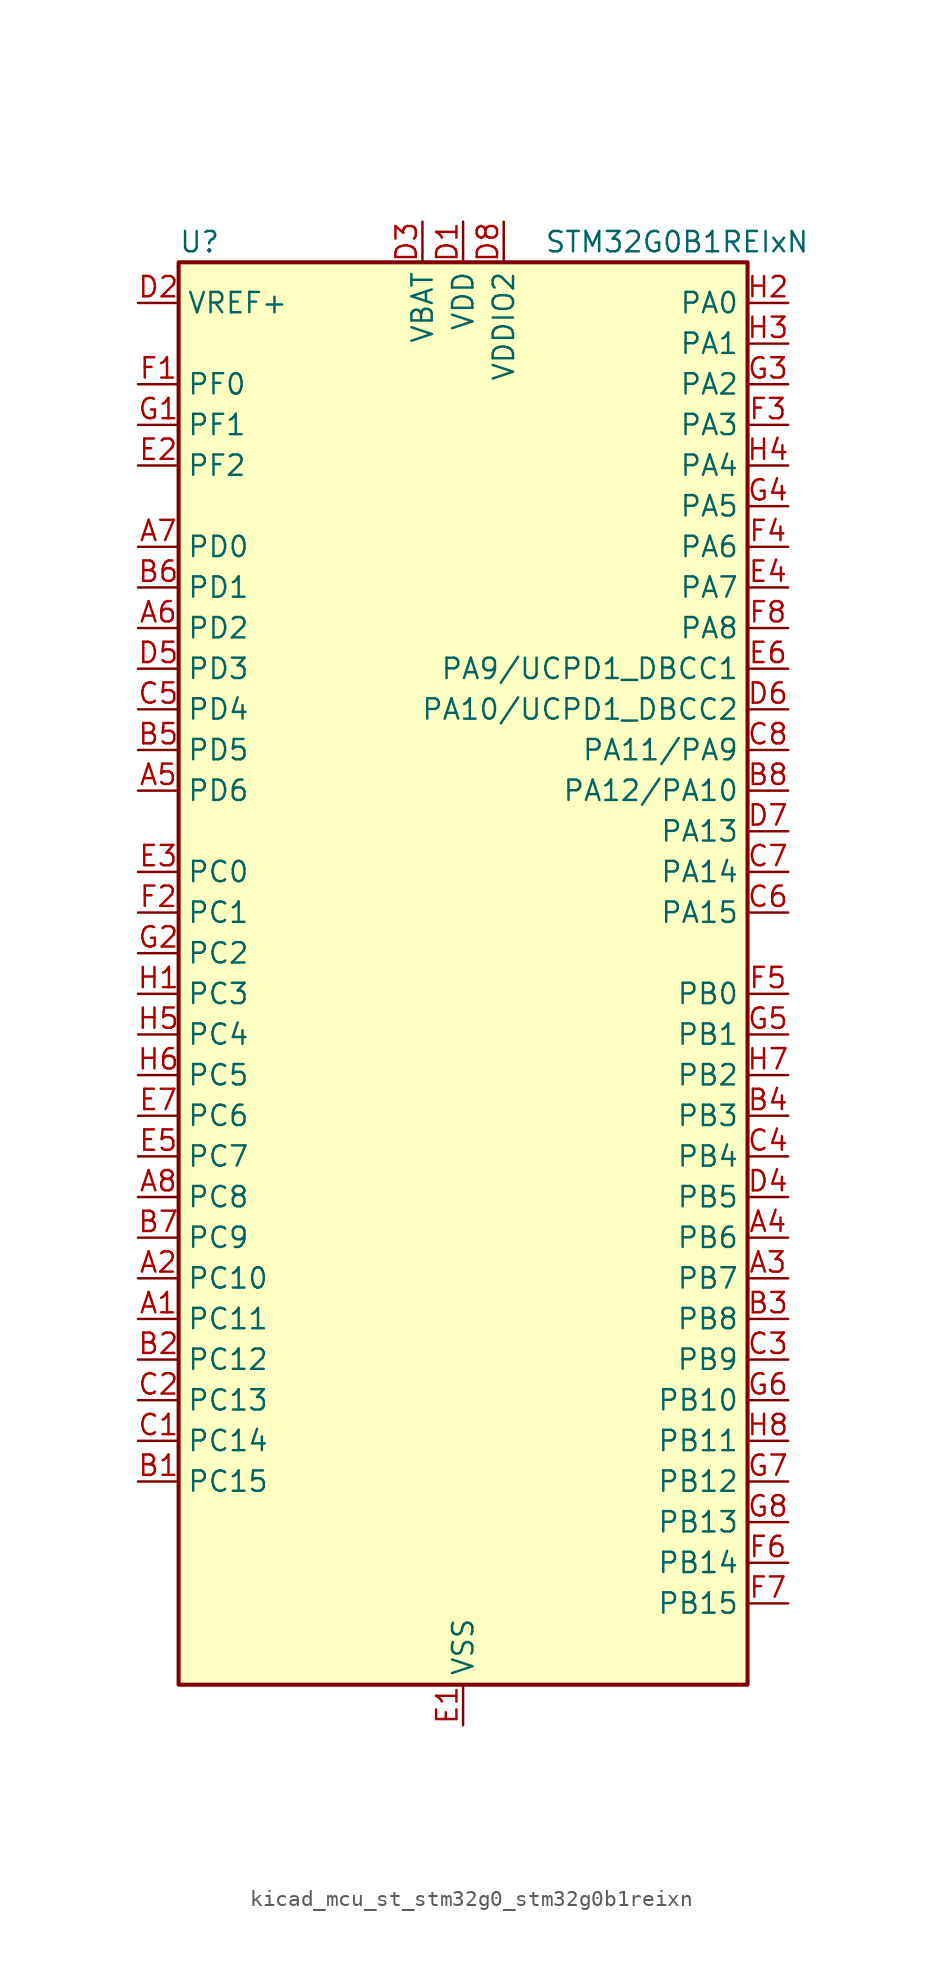
<source format=kicad_sym>
(kicad_symbol_lib
  (version 20220914)
  (generator kicad_symbol_editor)
  (symbol "kicad_mcu_st_stm32g0_stm32g0b1reixn"
    (property "Reference" "U"
      (at -17.78 46.99 0)
      (effects (font (size 1.27 1.27)) (justify left)))
    (property "Value" "STM32G0B1REIxN"
      (at 5.08 46.99 0)
      (effects (font (size 1.27 1.27)) (justify left)))
    (property "ki_locked" ""
      (at 0 0 0)
      (effects (font (size 1.27 1.27))))
    (symbol "kicad_mcu_st_stm32g0_stm32g0b1reixn_0_1"
      (rectangle (start -17.78 -43.18) (end 17.78 45.72) (stroke (width 0.254) (type default)) (fill (type background))))
    (symbol "kicad_mcu_st_stm32g0_stm32g0b1reixn_1_1"
      (pin bidirectional line (at -20.32 -20.32 0) (length 2.54) (name "PC11" (effects (font (size 1.27 1.27)))) (number "A1" (effects (font (size 1.27 1.27)))) (alternate "ADC1_EXTI11" bidirectional line) (alternate "SPI3_MISO" bidirectional line) (alternate "TIM1_CH4" bidirectional line) (alternate "USART3_RX" bidirectional line) (alternate "USART4_RX" bidirectional line))
      (pin bidirectional line (at -20.32 -17.78 0) (length 2.54) (name "PC10" (effects (font (size 1.27 1.27)))) (number "A2" (effects (font (size 1.27 1.27)))) (alternate "SPI3_SCK" bidirectional line) (alternate "TIM1_CH3" bidirectional line) (alternate "USART3_TX" bidirectional line) (alternate "USART4_TX" bidirectional line))
      (pin bidirectional line (at 20.32 -17.78 180) (length 2.54) (name "PB7" (effects (font (size 1.27 1.27)))) (number "A3" (effects (font (size 1.27 1.27)))) (alternate "COMP2_INM" bidirectional line) (alternate "I2C1_SDA" bidirectional line) (alternate "I2S2_SD" bidirectional line) (alternate "LPTIM1_IN2" bidirectional line) (alternate "LPUART2_RX" bidirectional line) (alternate "SPI2_MOSI" bidirectional line) (alternate "SYS_PVD_IN" bidirectional line) (alternate "TIM17_CH1N" bidirectional line) (alternate "TIM4_CH2" bidirectional line) (alternate "USART1_RX" bidirectional line) (alternate "USART4_CTS" bidirectional line) (alternate "USART4_NSS" bidirectional line))
      (pin bidirectional line (at 20.32 -15.24 180) (length 2.54) (name "PB6" (effects (font (size 1.27 1.27)))) (number "A4" (effects (font (size 1.27 1.27)))) (alternate "COMP2_INP" bidirectional line) (alternate "FDCAN2_TX" bidirectional line) (alternate "I2C1_SCL" bidirectional line) (alternate "I2S2_MCK" bidirectional line) (alternate "LPTIM1_ETR" bidirectional line) (alternate "LPUART2_TX" bidirectional line) (alternate "SPI2_MISO" bidirectional line) (alternate "TIM16_CH1N" bidirectional line) (alternate "TIM1_CH3" bidirectional line) (alternate "TIM4_CH1" bidirectional line) (alternate "USART1_TX" bidirectional line) (alternate "USART5_CTS" bidirectional line) (alternate "USART5_NSS" bidirectional line))
      (pin bidirectional line (at -20.32 12.7 0) (length 2.54) (name "PD6" (effects (font (size 1.27 1.27)))) (number "A5" (effects (font (size 1.27 1.27)))) (alternate "I2S1_SD" bidirectional line) (alternate "LPTIM2_OUT" bidirectional line) (alternate "SPI1_MOSI" bidirectional line) (alternate "USART2_RX" bidirectional line))
      (pin bidirectional line (at -20.32 22.86 0) (length 2.54) (name "PD2" (effects (font (size 1.27 1.27)))) (number "A6" (effects (font (size 1.27 1.27)))) (alternate "TIM1_CH1N" bidirectional line) (alternate "TIM3_ETR" bidirectional line) (alternate "UCPD2_CC2" bidirectional line) (alternate "USART3_CK" bidirectional line) (alternate "USART3_DE" bidirectional line) (alternate "USART3_RTS" bidirectional line) (alternate "USART5_RX" bidirectional line))
      (pin bidirectional line (at -20.32 27.94 0) (length 2.54) (name "PD0" (effects (font (size 1.27 1.27)))) (number "A7" (effects (font (size 1.27 1.27)))) (alternate "FDCAN1_RX" bidirectional line) (alternate "I2S2_WS" bidirectional line) (alternate "SPI2_NSS" bidirectional line) (alternate "TIM16_CH1" bidirectional line) (alternate "UCPD2_CC1" bidirectional line))
      (pin bidirectional line (at -20.32 -12.7 0) (length 2.54) (name "PC8" (effects (font (size 1.27 1.27)))) (number "A8" (effects (font (size 1.27 1.27)))) (alternate "LPUART2_CTS" bidirectional line) (alternate "TIM1_CH1" bidirectional line) (alternate "TIM3_CH3" bidirectional line) (alternate "UCPD2_FRSTX1" bidirectional line) (alternate "UCPD2_FRSTX2" bidirectional line))
      (pin bidirectional line (at -20.32 -30.48 0) (length 2.54) (name "PC15" (effects (font (size 1.27 1.27)))) (number "B1" (effects (font (size 1.27 1.27)))) (alternate "RCC_OSC32_EN" bidirectional line) (alternate "RCC_OSC32_OUT" bidirectional line) (alternate "RCC_OSC_EN" bidirectional line) (alternate "TIM15_BK" bidirectional line))
      (pin bidirectional line (at -20.32 -22.86 0) (length 2.54) (name "PC12" (effects (font (size 1.27 1.27)))) (number "B2" (effects (font (size 1.27 1.27)))) (alternate "LPTIM1_IN1" bidirectional line) (alternate "SPI3_MOSI" bidirectional line) (alternate "TIM14_CH1" bidirectional line) (alternate "UCPD1_FRSTX1" bidirectional line) (alternate "UCPD1_FRSTX2" bidirectional line) (alternate "USART5_TX" bidirectional line))
      (pin bidirectional line (at 20.32 -20.32 180) (length 2.54) (name "PB8" (effects (font (size 1.27 1.27)))) (number "B3" (effects (font (size 1.27 1.27)))) (alternate "CEC" bidirectional line) (alternate "FDCAN1_RX" bidirectional line) (alternate "I2C1_SCL" bidirectional line) (alternate "I2S2_CK" bidirectional line) (alternate "SPI2_SCK" bidirectional line) (alternate "TIM15_BK" bidirectional line) (alternate "TIM16_CH1" bidirectional line) (alternate "TIM4_CH3" bidirectional line) (alternate "USART3_TX" bidirectional line) (alternate "USART6_TX" bidirectional line))
      (pin bidirectional line (at 20.32 -7.62 180) (length 2.54) (name "PB3" (effects (font (size 1.27 1.27)))) (number "B4" (effects (font (size 1.27 1.27)))) (alternate "COMP2_INM" bidirectional line) (alternate "I2C2_SCL" bidirectional line) (alternate "I2C3_SCL" bidirectional line) (alternate "I2S1_CK" bidirectional line) (alternate "SPI1_SCK" bidirectional line) (alternate "SPI3_SCK" bidirectional line) (alternate "TIM1_CH2" bidirectional line) (alternate "TIM2_CH2" bidirectional line) (alternate "USART1_CK" bidirectional line) (alternate "USART1_DE" bidirectional line) (alternate "USART1_RTS" bidirectional line) (alternate "USART5_TX" bidirectional line))
      (pin bidirectional line (at -20.32 15.24 0) (length 2.54) (name "PD5" (effects (font (size 1.27 1.27)))) (number "B5" (effects (font (size 1.27 1.27)))) (alternate "I2S1_MCK" bidirectional line) (alternate "SPI1_MISO" bidirectional line) (alternate "TIM1_BK" bidirectional line) (alternate "USART2_TX" bidirectional line) (alternate "USART5_CTS" bidirectional line) (alternate "USART5_NSS" bidirectional line))
      (pin bidirectional line (at -20.32 25.4 0) (length 2.54) (name "PD1" (effects (font (size 1.27 1.27)))) (number "B6" (effects (font (size 1.27 1.27)))) (alternate "FDCAN1_TX" bidirectional line) (alternate "I2S2_CK" bidirectional line) (alternate "SPI2_SCK" bidirectional line) (alternate "TIM17_CH1" bidirectional line) (alternate "UCPD2_DBCC1" bidirectional line))
      (pin bidirectional line (at -20.32 -15.24 0) (length 2.54) (name "PC9" (effects (font (size 1.27 1.27)))) (number "B7" (effects (font (size 1.27 1.27)))) (alternate "DAC1_EXTI9" bidirectional line) (alternate "I2S_CKIN" bidirectional line) (alternate "LPUART2_DE" bidirectional line) (alternate "LPUART2_RTS" bidirectional line) (alternate "TIM1_CH2" bidirectional line) (alternate "TIM3_CH4" bidirectional line) (alternate "USB_NOE" bidirectional line))
      (pin bidirectional line (at 20.32 12.7 180) (length 2.54) (name "PA12/PA10" (effects (font (size 1.27 1.27)))) (number "B8" (effects (font (size 1.27 1.27)))) (alternate "COMP2_OUT" bidirectional line) (alternate "FDCAN1_TX" bidirectional line) (alternate "I2C2_SDA" bidirectional line) (alternate "I2S1_SD" bidirectional line) (alternate "I2S_CKIN" bidirectional line) (alternate "SPI1_MOSI" bidirectional line) (alternate "TIM1_ETR" bidirectional line) (alternate "USART1_CK" bidirectional line) (alternate "USART1_DE" bidirectional line) (alternate "USART1_RTS" bidirectional line) (alternate "USB_DP" bidirectional line))
      (pin bidirectional line (at -20.32 -27.94 0) (length 2.54) (name "PC14" (effects (font (size 1.27 1.27)))) (number "C1" (effects (font (size 1.27 1.27)))) (alternate "RCC_OSC32_IN" bidirectional line) (alternate "TIM1_BK2" bidirectional line))
      (pin bidirectional line (at -20.32 -25.4 0) (length 2.54) (name "PC13" (effects (font (size 1.27 1.27)))) (number "C2" (effects (font (size 1.27 1.27)))) (alternate "RTC_OUT1" bidirectional line) (alternate "RTC_TAMP_IN1" bidirectional line) (alternate "RTC_TS" bidirectional line) (alternate "SYS_WKUP2" bidirectional line) (alternate "TIM1_BK" bidirectional line))
      (pin bidirectional line (at 20.32 -22.86 180) (length 2.54) (name "PB9" (effects (font (size 1.27 1.27)))) (number "C3" (effects (font (size 1.27 1.27)))) (alternate "DAC1_EXTI9" bidirectional line) (alternate "FDCAN1_TX" bidirectional line) (alternate "I2C1_SDA" bidirectional line) (alternate "I2S2_WS" bidirectional line) (alternate "IR_OUT" bidirectional line) (alternate "SPI2_NSS" bidirectional line) (alternate "TIM17_CH1" bidirectional line) (alternate "TIM4_CH4" bidirectional line) (alternate "UCPD2_FRSTX1" bidirectional line) (alternate "UCPD2_FRSTX2" bidirectional line) (alternate "USART3_RX" bidirectional line) (alternate "USART6_RX" bidirectional line))
      (pin bidirectional line (at 20.32 -10.16 180) (length 2.54) (name "PB4" (effects (font (size 1.27 1.27)))) (number "C4" (effects (font (size 1.27 1.27)))) (alternate "COMP2_INP" bidirectional line) (alternate "I2C2_SDA" bidirectional line) (alternate "I2C3_SDA" bidirectional line) (alternate "I2S1_MCK" bidirectional line) (alternate "SPI1_MISO" bidirectional line) (alternate "SPI3_MISO" bidirectional line) (alternate "TIM17_BK" bidirectional line) (alternate "TIM3_CH1" bidirectional line) (alternate "USART1_CTS" bidirectional line) (alternate "USART1_NSS" bidirectional line) (alternate "USART5_RX" bidirectional line))
      (pin bidirectional line (at -20.32 17.78 0) (length 2.54) (name "PD4" (effects (font (size 1.27 1.27)))) (number "C5" (effects (font (size 1.27 1.27)))) (alternate "I2S2_SD" bidirectional line) (alternate "SPI2_MOSI" bidirectional line) (alternate "TIM1_CH3N" bidirectional line) (alternate "USART2_CK" bidirectional line) (alternate "USART2_DE" bidirectional line) (alternate "USART2_RTS" bidirectional line) (alternate "USART5_CK" bidirectional line) (alternate "USART5_DE" bidirectional line) (alternate "USART5_RTS" bidirectional line))
      (pin bidirectional line (at 20.32 5.08 180) (length 2.54) (name "PA15" (effects (font (size 1.27 1.27)))) (number "C6" (effects (font (size 1.27 1.27)))) (alternate "I2C2_SMBA" bidirectional line) (alternate "I2S1_WS" bidirectional line) (alternate "RCC_MCO_2" bidirectional line) (alternate "SPI1_NSS" bidirectional line) (alternate "SPI3_NSS" bidirectional line) (alternate "TIM2_CH1" bidirectional line) (alternate "TIM2_ETR" bidirectional line) (alternate "USART2_RX" bidirectional line) (alternate "USART3_CK" bidirectional line) (alternate "USART3_DE" bidirectional line) (alternate "USART3_RTS" bidirectional line) (alternate "USART4_CK" bidirectional line) (alternate "USART4_DE" bidirectional line) (alternate "USART4_RTS" bidirectional line) (alternate "USB_NOE" bidirectional line))
      (pin bidirectional line (at 20.32 7.62 180) (length 2.54) (name "PA14" (effects (font (size 1.27 1.27)))) (number "C7" (effects (font (size 1.27 1.27)))) (alternate "LPUART2_TX" bidirectional line) (alternate "SYS_SWCLK" bidirectional line) (alternate "USART2_TX" bidirectional line))
      (pin bidirectional line (at 20.32 15.24 180) (length 2.54) (name "PA11/PA9" (effects (font (size 1.27 1.27)))) (number "C8" (effects (font (size 1.27 1.27)))) (alternate "ADC1_EXTI11" bidirectional line) (alternate "COMP1_OUT" bidirectional line) (alternate "FDCAN1_RX" bidirectional line) (alternate "I2C2_SCL" bidirectional line) (alternate "I2S1_MCK" bidirectional line) (alternate "SPI1_MISO" bidirectional line) (alternate "TIM1_BK2" bidirectional line) (alternate "TIM1_CH4" bidirectional line) (alternate "USART1_CTS" bidirectional line) (alternate "USART1_NSS" bidirectional line) (alternate "USB_DM" bidirectional line))
      (pin power_in line (at 0 48.26 270) (length 2.54) (name "VDD" (effects (font (size 1.27 1.27)))) (number "D1" (effects (font (size 1.27 1.27)))))
      (pin input line (at -20.32 43.18 0) (length 2.54) (name "VREF+" (effects (font (size 1.27 1.27)))) (number "D2" (effects (font (size 1.27 1.27)))) (alternate "VREFBUF_OUT" bidirectional line))
      (pin power_in line (at -2.54 48.26 270) (length 2.54) (name "VBAT" (effects (font (size 1.27 1.27)))) (number "D3" (effects (font (size 1.27 1.27)))))
      (pin bidirectional line (at 20.32 -12.7 180) (length 2.54) (name "PB5" (effects (font (size 1.27 1.27)))) (number "D4" (effects (font (size 1.27 1.27)))) (alternate "COMP2_OUT" bidirectional line) (alternate "FDCAN2_RX" bidirectional line) (alternate "I2C1_SMBA" bidirectional line) (alternate "I2S1_SD" bidirectional line) (alternate "LPTIM1_IN1" bidirectional line) (alternate "SPI1_MOSI" bidirectional line) (alternate "SPI3_MOSI" bidirectional line) (alternate "SYS_WKUP6" bidirectional line) (alternate "TIM16_BK" bidirectional line) (alternate "TIM3_CH2" bidirectional line) (alternate "USART5_CK" bidirectional line) (alternate "USART5_DE" bidirectional line) (alternate "USART5_RTS" bidirectional line))
      (pin bidirectional line (at -20.32 20.32 0) (length 2.54) (name "PD3" (effects (font (size 1.27 1.27)))) (number "D5" (effects (font (size 1.27 1.27)))) (alternate "I2S2_MCK" bidirectional line) (alternate "SPI2_MISO" bidirectional line) (alternate "TIM1_CH2N" bidirectional line) (alternate "UCPD2_DBCC2" bidirectional line) (alternate "USART2_CTS" bidirectional line) (alternate "USART2_NSS" bidirectional line) (alternate "USART5_TX" bidirectional line))
      (pin bidirectional line (at 20.32 17.78 180) (length 2.54) (name "PA10/UCPD1_DBCC2" (effects (font (size 1.27 1.27)))) (number "D6" (effects (font (size 1.27 1.27)))) (alternate "I2C1_SDA" bidirectional line) (alternate "I2C2_SDA" bidirectional line) (alternate "I2S2_SD" bidirectional line) (alternate "RCC_MCO_2" bidirectional line) (alternate "SPI2_MOSI" bidirectional line) (alternate "TIM17_BK" bidirectional line) (alternate "TIM1_CH3" bidirectional line) (alternate "UCPD1_DBCC2" bidirectional line) (alternate "USART1_RX" bidirectional line))
      (pin bidirectional line (at 20.32 10.16 180) (length 2.54) (name "PA13" (effects (font (size 1.27 1.27)))) (number "D7" (effects (font (size 1.27 1.27)))) (alternate "IR_OUT" bidirectional line) (alternate "LPUART2_RX" bidirectional line) (alternate "SYS_SWDIO" bidirectional line) (alternate "USB_NOE" bidirectional line))
      (pin power_in line (at 2.54 48.26 270) (length 2.54) (name "VDDIO2" (effects (font (size 1.27 1.27)))) (number "D8" (effects (font (size 1.27 1.27)))))
      (pin power_in line (at 0 -45.72 90) (length 2.54) (name "VSS" (effects (font (size 1.27 1.27)))) (number "E1" (effects (font (size 1.27 1.27)))))
      (pin bidirectional line (at -20.32 33.02 0) (length 2.54) (name "PF2" (effects (font (size 1.27 1.27)))) (number "E2" (effects (font (size 1.27 1.27)))) (alternate "LPUART2_DE" bidirectional line) (alternate "LPUART2_RTS" bidirectional line) (alternate "LPUART2_TX" bidirectional line) (alternate "RCC_MCO" bidirectional line))
      (pin bidirectional line (at -20.32 7.62 0) (length 2.54) (name "PC0" (effects (font (size 1.27 1.27)))) (number "E3" (effects (font (size 1.27 1.27)))) (alternate "COMP3_INM" bidirectional line) (alternate "COMP3_OUT" bidirectional line) (alternate "I2C3_SCL" bidirectional line) (alternate "LPTIM1_IN1" bidirectional line) (alternate "LPTIM2_IN1" bidirectional line) (alternate "LPUART1_RX" bidirectional line) (alternate "LPUART2_TX" bidirectional line) (alternate "USART6_TX" bidirectional line))
      (pin bidirectional line (at 20.32 25.4 180) (length 2.54) (name "PA7" (effects (font (size 1.27 1.27)))) (number "E4" (effects (font (size 1.27 1.27)))) (alternate "ADC1_IN7" bidirectional line) (alternate "COMP2_OUT" bidirectional line) (alternate "I2C2_SCL" bidirectional line) (alternate "I2C3_SCL" bidirectional line) (alternate "I2S1_SD" bidirectional line) (alternate "SPI1_MOSI" bidirectional line) (alternate "TIM14_CH1" bidirectional line) (alternate "TIM17_CH1" bidirectional line) (alternate "TIM1_CH1N" bidirectional line) (alternate "TIM3_CH2" bidirectional line) (alternate "UCPD1_FRSTX1" bidirectional line) (alternate "UCPD1_FRSTX2" bidirectional line) (alternate "USART6_CK" bidirectional line) (alternate "USART6_DE" bidirectional line) (alternate "USART6_RTS" bidirectional line))
      (pin bidirectional line (at -20.32 -10.16 0) (length 2.54) (name "PC7" (effects (font (size 1.27 1.27)))) (number "E5" (effects (font (size 1.27 1.27)))) (alternate "LPUART2_RX" bidirectional line) (alternate "TIM2_CH4" bidirectional line) (alternate "TIM3_CH2" bidirectional line) (alternate "UCPD2_FRSTX1" bidirectional line) (alternate "UCPD2_FRSTX2" bidirectional line))
      (pin bidirectional line (at 20.32 20.32 180) (length 2.54) (name "PA9/UCPD1_DBCC1" (effects (font (size 1.27 1.27)))) (number "E6" (effects (font (size 1.27 1.27)))) (alternate "DAC1_EXTI9" bidirectional line) (alternate "I2C1_SCL" bidirectional line) (alternate "I2C2_SCL" bidirectional line) (alternate "I2S2_MCK" bidirectional line) (alternate "RCC_MCO" bidirectional line) (alternate "SPI2_MISO" bidirectional line) (alternate "TIM15_BK" bidirectional line) (alternate "TIM1_CH2" bidirectional line) (alternate "UCPD1_DBCC1" bidirectional line) (alternate "USART1_TX" bidirectional line))
      (pin bidirectional line (at -20.32 -7.62 0) (length 2.54) (name "PC6" (effects (font (size 1.27 1.27)))) (number "E7" (effects (font (size 1.27 1.27)))) (alternate "LPUART2_TX" bidirectional line) (alternate "TIM2_CH3" bidirectional line) (alternate "TIM3_CH1" bidirectional line) (alternate "UCPD1_FRSTX1" bidirectional line) (alternate "UCPD1_FRSTX2" bidirectional line))
      (pin passive line (at 0 -45.72 90) (length 2.54) hide (name "VSS" (effects (font (size 1.27 1.27)))) (number "E8" (effects (font (size 1.27 1.27)))))
      (pin bidirectional line (at -20.32 38.1 0) (length 2.54) (name "PF0" (effects (font (size 1.27 1.27)))) (number "F1" (effects (font (size 1.27 1.27)))) (alternate "CRS1_SYNC" bidirectional line) (alternate "RCC_OSC_IN" bidirectional line) (alternate "TIM14_CH1" bidirectional line))
      (pin bidirectional line (at -20.32 5.08 0) (length 2.54) (name "PC1" (effects (font (size 1.27 1.27)))) (number "F2" (effects (font (size 1.27 1.27)))) (alternate "COMP3_INP" bidirectional line) (alternate "I2C3_SDA" bidirectional line) (alternate "LPTIM1_OUT" bidirectional line) (alternate "LPUART1_TX" bidirectional line) (alternate "LPUART2_RX" bidirectional line) (alternate "TIM15_CH1" bidirectional line) (alternate "USART6_RX" bidirectional line))
      (pin bidirectional line (at 20.32 35.56 180) (length 2.54) (name "PA3" (effects (font (size 1.27 1.27)))) (number "F3" (effects (font (size 1.27 1.27)))) (alternate "ADC1_IN3" bidirectional line) (alternate "COMP2_INP" bidirectional line) (alternate "I2S2_MCK" bidirectional line) (alternate "LPUART1_RX" bidirectional line) (alternate "SPI2_MISO" bidirectional line) (alternate "TIM15_CH2" bidirectional line) (alternate "TIM2_CH4" bidirectional line) (alternate "UCPD2_FRSTX1" bidirectional line) (alternate "UCPD2_FRSTX2" bidirectional line) (alternate "USART2_RX" bidirectional line))
      (pin bidirectional line (at 20.32 27.94 180) (length 2.54) (name "PA6" (effects (font (size 1.27 1.27)))) (number "F4" (effects (font (size 1.27 1.27)))) (alternate "ADC1_IN6" bidirectional line) (alternate "COMP1_OUT" bidirectional line) (alternate "I2C2_SDA" bidirectional line) (alternate "I2C3_SDA" bidirectional line) (alternate "I2S1_MCK" bidirectional line) (alternate "LPUART1_CTS" bidirectional line) (alternate "SPI1_MISO" bidirectional line) (alternate "TIM16_CH1" bidirectional line) (alternate "TIM1_BK" bidirectional line) (alternate "TIM3_CH1" bidirectional line) (alternate "USART3_CTS" bidirectional line) (alternate "USART3_NSS" bidirectional line) (alternate "USART6_CTS" bidirectional line) (alternate "USART6_NSS" bidirectional line))
      (pin bidirectional line (at 20.32 0 180) (length 2.54) (name "PB0" (effects (font (size 1.27 1.27)))) (number "F5" (effects (font (size 1.27 1.27)))) (alternate "ADC1_IN8" bidirectional line) (alternate "COMP1_OUT" bidirectional line) (alternate "COMP3_INP" bidirectional line) (alternate "FDCAN2_RX" bidirectional line) (alternate "I2S1_WS" bidirectional line) (alternate "LPTIM1_OUT" bidirectional line) (alternate "LPUART2_CTS" bidirectional line) (alternate "SPI1_NSS" bidirectional line) (alternate "TIM1_CH2N" bidirectional line) (alternate "TIM3_CH3" bidirectional line) (alternate "UCPD1_FRSTX1" bidirectional line) (alternate "UCPD1_FRSTX2" bidirectional line) (alternate "USART3_RX" bidirectional line) (alternate "USART5_TX" bidirectional line))
      (pin bidirectional line (at 20.32 -35.56 180) (length 2.54) (name "PB14" (effects (font (size 1.27 1.27)))) (number "F6" (effects (font (size 1.27 1.27)))) (alternate "I2C2_SDA" bidirectional line) (alternate "I2S2_MCK" bidirectional line) (alternate "SPI2_MISO" bidirectional line) (alternate "TIM15_CH1" bidirectional line) (alternate "TIM1_CH2N" bidirectional line) (alternate "UCPD1_FRSTX1" bidirectional line) (alternate "UCPD1_FRSTX2" bidirectional line) (alternate "USART3_CK" bidirectional line) (alternate "USART3_DE" bidirectional line) (alternate "USART3_RTS" bidirectional line) (alternate "USART6_CK" bidirectional line) (alternate "USART6_DE" bidirectional line) (alternate "USART6_RTS" bidirectional line))
      (pin bidirectional line (at 20.32 -38.1 180) (length 2.54) (name "PB15" (effects (font (size 1.27 1.27)))) (number "F7" (effects (font (size 1.27 1.27)))) (alternate "I2S2_SD" bidirectional line) (alternate "RTC_REFIN" bidirectional line) (alternate "SPI2_MOSI" bidirectional line) (alternate "TIM15_CH1N" bidirectional line) (alternate "TIM15_CH2" bidirectional line) (alternate "TIM1_CH3N" bidirectional line) (alternate "UCPD1_CC2" bidirectional line) (alternate "USART6_CTS" bidirectional line) (alternate "USART6_NSS" bidirectional line))
      (pin bidirectional line (at 20.32 22.86 180) (length 2.54) (name "PA8" (effects (font (size 1.27 1.27)))) (number "F8" (effects (font (size 1.27 1.27)))) (alternate "CRS1_SYNC" bidirectional line) (alternate "I2C2_SMBA" bidirectional line) (alternate "I2S2_WS" bidirectional line) (alternate "LPTIM2_OUT" bidirectional line) (alternate "RCC_MCO" bidirectional line) (alternate "SPI2_NSS" bidirectional line) (alternate "TIM1_CH1" bidirectional line) (alternate "UCPD1_CC1" bidirectional line))
      (pin bidirectional line (at -20.32 35.56 0) (length 2.54) (name "PF1" (effects (font (size 1.27 1.27)))) (number "G1" (effects (font (size 1.27 1.27)))) (alternate "RCC_OSC_EN" bidirectional line) (alternate "RCC_OSC_OUT" bidirectional line) (alternate "TIM15_CH1N" bidirectional line))
      (pin bidirectional line (at -20.32 2.54 0) (length 2.54) (name "PC2" (effects (font (size 1.27 1.27)))) (number "G2" (effects (font (size 1.27 1.27)))) (alternate "COMP3_OUT" bidirectional line) (alternate "FDCAN2_RX" bidirectional line) (alternate "I2S2_MCK" bidirectional line) (alternate "LPTIM1_IN2" bidirectional line) (alternate "SPI2_MISO" bidirectional line) (alternate "TIM15_CH2" bidirectional line))
      (pin bidirectional line (at 20.32 38.1 180) (length 2.54) (name "PA2" (effects (font (size 1.27 1.27)))) (number "G3" (effects (font (size 1.27 1.27)))) (alternate "ADC1_IN2" bidirectional line) (alternate "COMP2_INM" bidirectional line) (alternate "COMP2_OUT" bidirectional line) (alternate "I2S1_SD" bidirectional line) (alternate "LPUART1_TX" bidirectional line) (alternate "RCC_LSCO" bidirectional line) (alternate "SPI1_MOSI" bidirectional line) (alternate "SYS_WKUP4" bidirectional line) (alternate "TIM15_CH1" bidirectional line) (alternate "TIM2_CH3" bidirectional line) (alternate "UCPD1_FRSTX1" bidirectional line) (alternate "UCPD1_FRSTX2" bidirectional line) (alternate "USART2_TX" bidirectional line))
      (pin bidirectional line (at 20.32 30.48 180) (length 2.54) (name "PA5" (effects (font (size 1.27 1.27)))) (number "G4" (effects (font (size 1.27 1.27)))) (alternate "ADC1_IN5" bidirectional line) (alternate "CEC" bidirectional line) (alternate "DAC1_OUT2" bidirectional line) (alternate "I2S1_CK" bidirectional line) (alternate "LPTIM2_ETR" bidirectional line) (alternate "SPI1_SCK" bidirectional line) (alternate "TIM2_CH1" bidirectional line) (alternate "TIM2_ETR" bidirectional line) (alternate "UCPD1_FRSTX1" bidirectional line) (alternate "UCPD1_FRSTX2" bidirectional line) (alternate "USART3_TX" bidirectional line) (alternate "USART6_RX" bidirectional line))
      (pin bidirectional line (at 20.32 -2.54 180) (length 2.54) (name "PB1" (effects (font (size 1.27 1.27)))) (number "G5" (effects (font (size 1.27 1.27)))) (alternate "ADC1_IN9" bidirectional line) (alternate "COMP1_INM" bidirectional line) (alternate "COMP3_OUT" bidirectional line) (alternate "FDCAN2_TX" bidirectional line) (alternate "LPTIM2_IN1" bidirectional line) (alternate "LPUART1_DE" bidirectional line) (alternate "LPUART1_RTS" bidirectional line) (alternate "LPUART2_DE" bidirectional line) (alternate "LPUART2_RTS" bidirectional line) (alternate "TIM14_CH1" bidirectional line) (alternate "TIM1_CH3N" bidirectional line) (alternate "TIM3_CH4" bidirectional line) (alternate "USART3_CK" bidirectional line) (alternate "USART3_DE" bidirectional line) (alternate "USART3_RTS" bidirectional line) (alternate "USART5_RX" bidirectional line))
      (pin bidirectional line (at 20.32 -25.4 180) (length 2.54) (name "PB10" (effects (font (size 1.27 1.27)))) (number "G6" (effects (font (size 1.27 1.27)))) (alternate "ADC1_IN11" bidirectional line) (alternate "CEC" bidirectional line) (alternate "COMP1_OUT" bidirectional line) (alternate "I2C2_SCL" bidirectional line) (alternate "I2S2_CK" bidirectional line) (alternate "LPUART1_RX" bidirectional line) (alternate "SPI2_SCK" bidirectional line) (alternate "TIM2_CH3" bidirectional line) (alternate "USART3_TX" bidirectional line))
      (pin bidirectional line (at 20.32 -30.48 180) (length 2.54) (name "PB12" (effects (font (size 1.27 1.27)))) (number "G7" (effects (font (size 1.27 1.27)))) (alternate "ADC1_IN16" bidirectional line) (alternate "FDCAN2_RX" bidirectional line) (alternate "I2C2_SMBA" bidirectional line) (alternate "I2S2_WS" bidirectional line) (alternate "LPUART1_DE" bidirectional line) (alternate "LPUART1_RTS" bidirectional line) (alternate "SPI2_NSS" bidirectional line) (alternate "TIM15_BK" bidirectional line) (alternate "TIM1_BK" bidirectional line) (alternate "UCPD2_FRSTX1" bidirectional line) (alternate "UCPD2_FRSTX2" bidirectional line))
      (pin bidirectional line (at 20.32 -33.02 180) (length 2.54) (name "PB13" (effects (font (size 1.27 1.27)))) (number "G8" (effects (font (size 1.27 1.27)))) (alternate "FDCAN2_TX" bidirectional line) (alternate "I2C2_SCL" bidirectional line) (alternate "I2S2_CK" bidirectional line) (alternate "LPUART1_CTS" bidirectional line) (alternate "SPI2_SCK" bidirectional line) (alternate "TIM15_CH1N" bidirectional line) (alternate "TIM1_CH1N" bidirectional line) (alternate "USART3_CTS" bidirectional line) (alternate "USART3_NSS" bidirectional line))
      (pin bidirectional line (at -20.32 0 0) (length 2.54) (name "PC3" (effects (font (size 1.27 1.27)))) (number "H1" (effects (font (size 1.27 1.27)))) (alternate "FDCAN2_TX" bidirectional line) (alternate "I2S2_SD" bidirectional line) (alternate "LPTIM1_ETR" bidirectional line) (alternate "LPTIM2_ETR" bidirectional line) (alternate "SPI2_MOSI" bidirectional line))
      (pin bidirectional line (at 20.32 43.18 180) (length 2.54) (name "PA0" (effects (font (size 1.27 1.27)))) (number "H2" (effects (font (size 1.27 1.27)))) (alternate "ADC1_IN0" bidirectional line) (alternate "COMP1_INM" bidirectional line) (alternate "COMP1_OUT" bidirectional line) (alternate "I2S2_CK" bidirectional line) (alternate "LPTIM1_OUT" bidirectional line) (alternate "RTC_TAMP_IN2" bidirectional line) (alternate "SPI2_SCK" bidirectional line) (alternate "SYS_WKUP1" bidirectional line) (alternate "TIM2_CH1" bidirectional line) (alternate "TIM2_ETR" bidirectional line) (alternate "UCPD2_FRSTX1" bidirectional line) (alternate "UCPD2_FRSTX2" bidirectional line) (alternate "USART2_CTS" bidirectional line) (alternate "USART2_NSS" bidirectional line) (alternate "USART4_TX" bidirectional line))
      (pin bidirectional line (at 20.32 40.64 180) (length 2.54) (name "PA1" (effects (font (size 1.27 1.27)))) (number "H3" (effects (font (size 1.27 1.27)))) (alternate "ADC1_IN1" bidirectional line) (alternate "COMP1_INP" bidirectional line) (alternate "I2C1_SMBA" bidirectional line) (alternate "I2S1_CK" bidirectional line) (alternate "SPI1_SCK" bidirectional line) (alternate "TIM15_CH1N" bidirectional line) (alternate "TIM2_CH2" bidirectional line) (alternate "USART2_CK" bidirectional line) (alternate "USART2_DE" bidirectional line) (alternate "USART2_RTS" bidirectional line) (alternate "USART4_RX" bidirectional line))
      (pin bidirectional line (at 20.32 33.02 180) (length 2.54) (name "PA4" (effects (font (size 1.27 1.27)))) (number "H4" (effects (font (size 1.27 1.27)))) (alternate "ADC1_IN4" bidirectional line) (alternate "DAC1_OUT1" bidirectional line) (alternate "I2S1_WS" bidirectional line) (alternate "I2S2_SD" bidirectional line) (alternate "LPTIM2_OUT" bidirectional line) (alternate "RTC_OUT2" bidirectional line) (alternate "SPI1_NSS" bidirectional line) (alternate "SPI2_MOSI" bidirectional line) (alternate "SPI3_NSS" bidirectional line) (alternate "TIM14_CH1" bidirectional line) (alternate "UCPD2_FRSTX1" bidirectional line) (alternate "UCPD2_FRSTX2" bidirectional line) (alternate "USART6_TX" bidirectional line) (alternate "USB_NOE" bidirectional line))
      (pin bidirectional line (at -20.32 -2.54 0) (length 2.54) (name "PC4" (effects (font (size 1.27 1.27)))) (number "H5" (effects (font (size 1.27 1.27)))) (alternate "ADC1_IN17" bidirectional line) (alternate "COMP1_INM" bidirectional line) (alternate "FDCAN1_RX" bidirectional line) (alternate "TIM2_CH1" bidirectional line) (alternate "TIM2_ETR" bidirectional line) (alternate "USART1_TX" bidirectional line) (alternate "USART3_TX" bidirectional line))
      (pin bidirectional line (at -20.32 -5.08 0) (length 2.54) (name "PC5" (effects (font (size 1.27 1.27)))) (number "H6" (effects (font (size 1.27 1.27)))) (alternate "ADC1_IN18" bidirectional line) (alternate "COMP1_INP" bidirectional line) (alternate "FDCAN1_TX" bidirectional line) (alternate "SYS_WKUP5" bidirectional line) (alternate "TIM2_CH2" bidirectional line) (alternate "USART1_RX" bidirectional line) (alternate "USART3_RX" bidirectional line))
      (pin bidirectional line (at 20.32 -5.08 180) (length 2.54) (name "PB2" (effects (font (size 1.27 1.27)))) (number "H7" (effects (font (size 1.27 1.27)))) (alternate "ADC1_IN10" bidirectional line) (alternate "COMP1_INP" bidirectional line) (alternate "COMP3_INM" bidirectional line) (alternate "I2S2_MCK" bidirectional line) (alternate "LPTIM1_OUT" bidirectional line) (alternate "RCC_MCO_2" bidirectional line) (alternate "SPI2_MISO" bidirectional line) (alternate "USART3_TX" bidirectional line))
      (pin bidirectional line (at 20.32 -27.94 180) (length 2.54) (name "PB11" (effects (font (size 1.27 1.27)))) (number "H8" (effects (font (size 1.27 1.27)))) (alternate "ADC1_EXTI11" bidirectional line) (alternate "ADC1_IN15" bidirectional line) (alternate "COMP2_OUT" bidirectional line) (alternate "I2C2_SDA" bidirectional line) (alternate "I2S2_SD" bidirectional line) (alternate "LPUART1_TX" bidirectional line) (alternate "SPI2_MOSI" bidirectional line) (alternate "TIM2_CH4" bidirectional line) (alternate "USART3_RX" bidirectional line)))))
</source>
